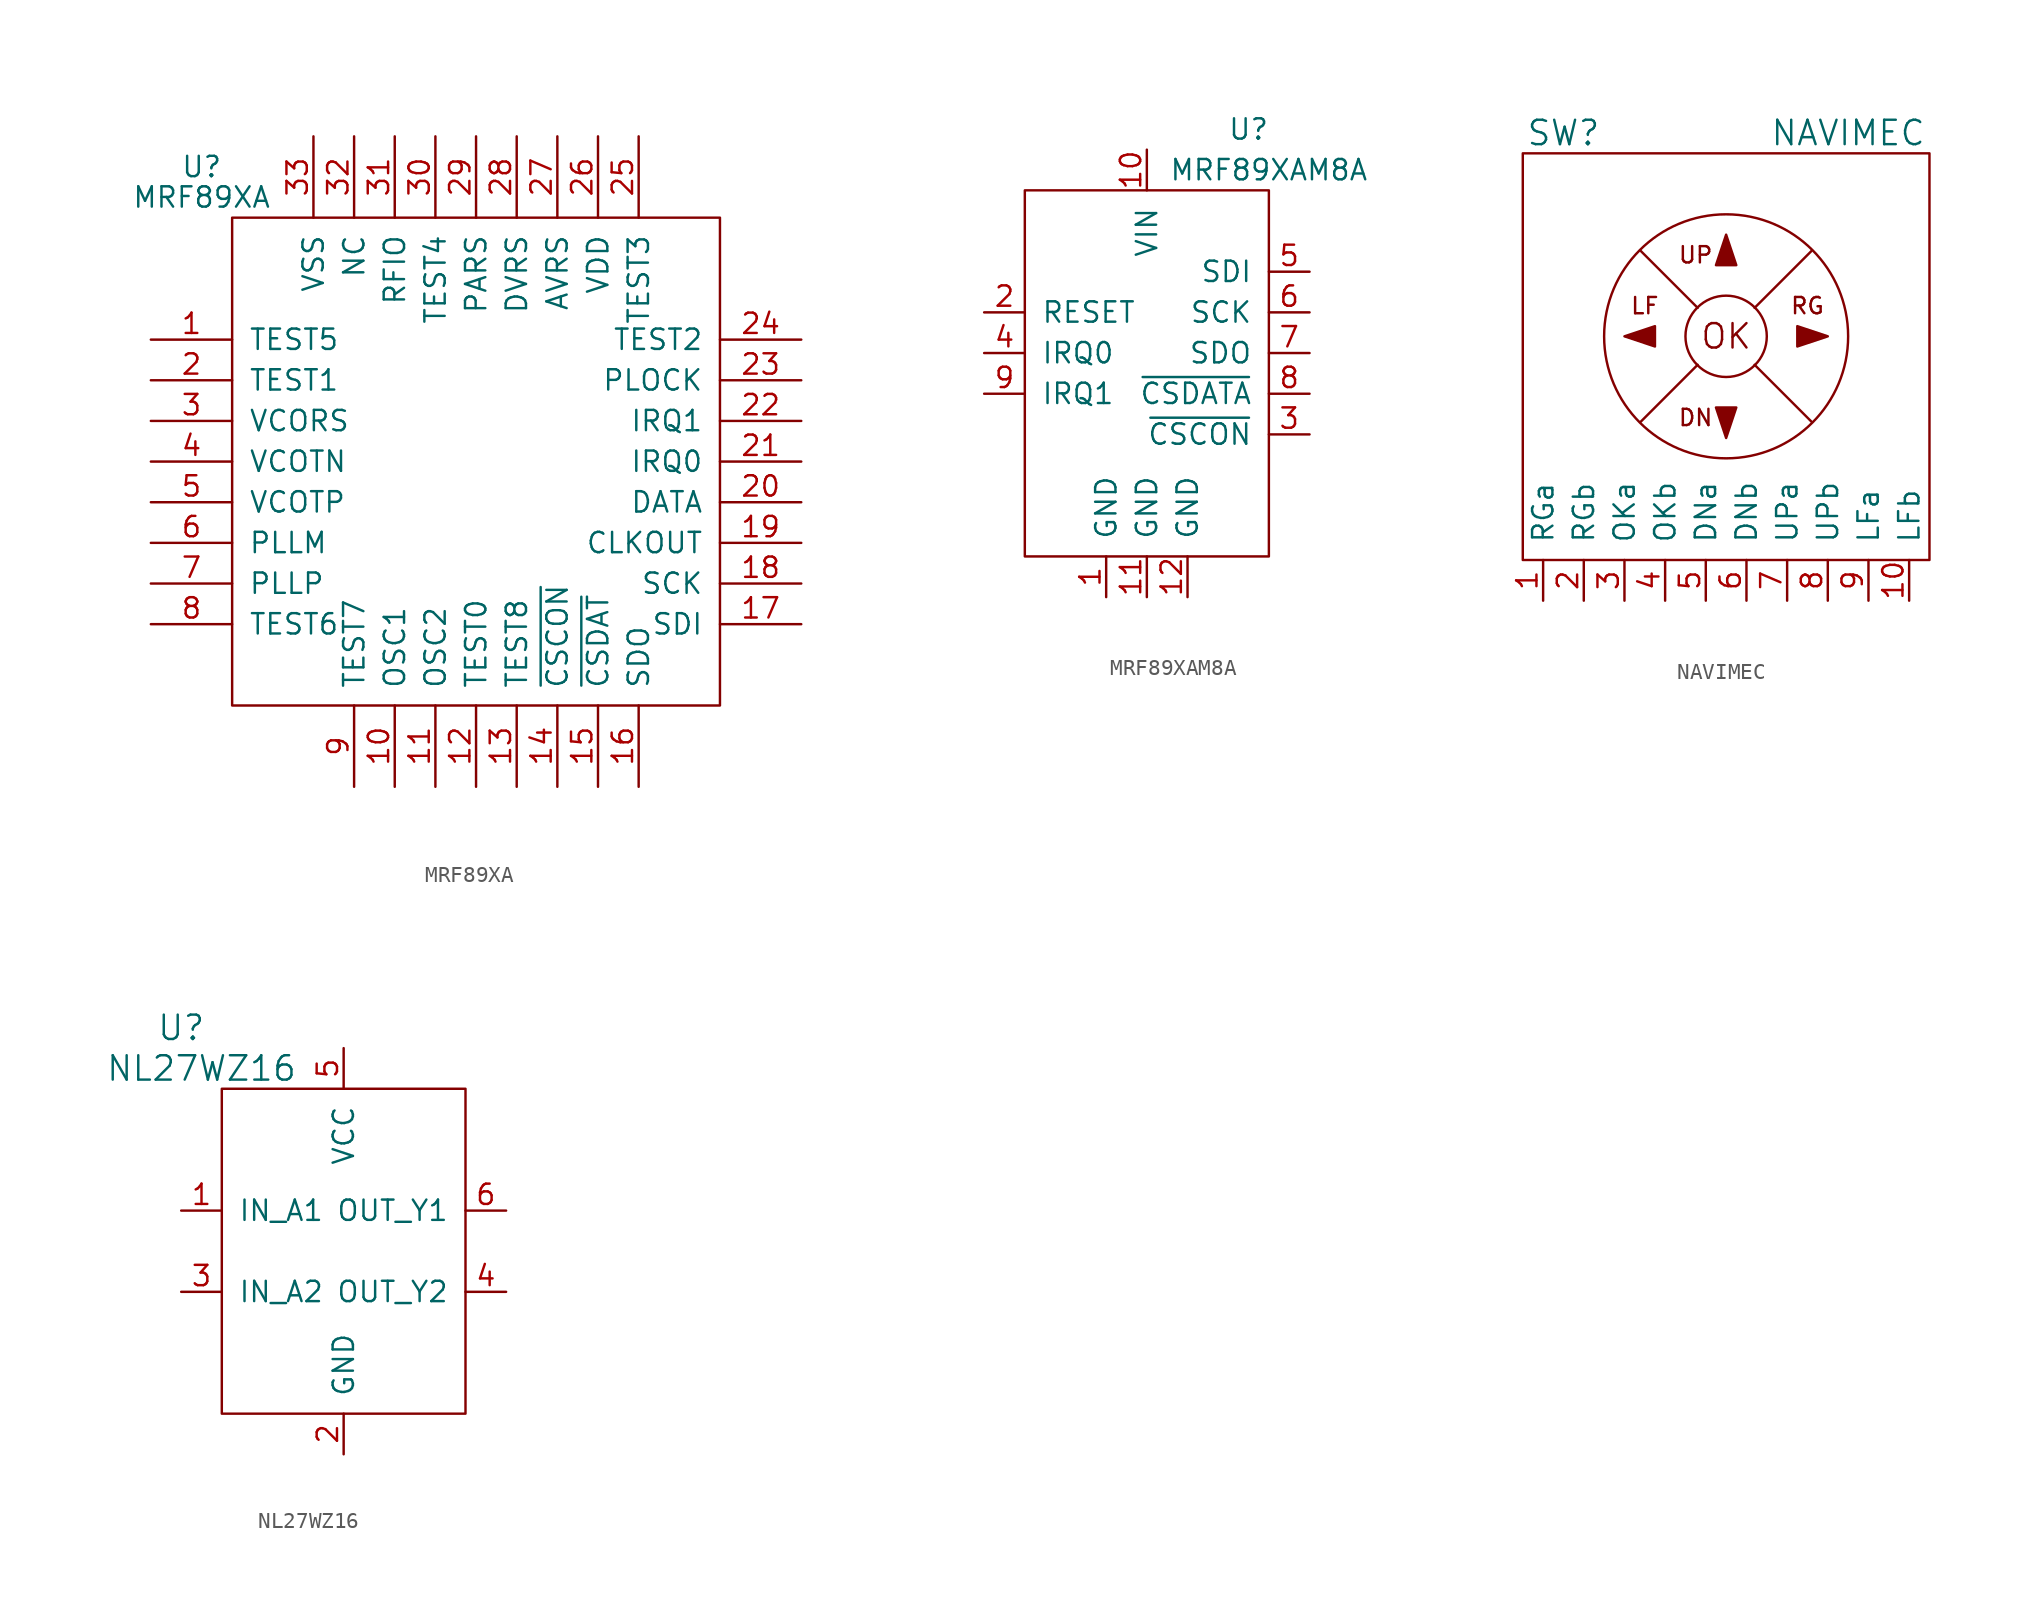
<source format=kicad_sym>
(kicad_symbol_lib
  (version 20211014)
  (generator kicad_symbol_editor)
  (symbol "MRF89XA"
    (pin_names
      (offset 1.016))
    (property "Reference" "U"
      (at -17.145 18.415 0)
      (effects (font (size 1.27 1.27))))
    (property "Value" "MRF89XA"
      (at -17.145 16.51 0)
      (effects (font (size 1.27 1.27))))
    (symbol "MRF89XA_0_1"
      (rectangle (start -15.24 15.24) (end 15.24 -15.24) (stroke (width 0) (type default) (color 0 0 0 0)) (fill (type none))))
    (symbol "MRF89XA_1_1"
      (pin passive line (at -20.32 7.62 0) (length 5.08) (name "TEST5" (effects (font (size 1.27 1.27)))) (number "1" (effects (font (size 1.27 1.27)))))
      (pin input line (at -5.08 -20.32 90) (length 5.08) (name "OSC1" (effects (font (size 1.27 1.27)))) (number "10" (effects (font (size 1.27 1.27)))))
      (pin output line (at -2.54 -20.32 90) (length 5.08) (name "OSC2" (effects (font (size 1.27 1.27)))) (number "11" (effects (font (size 1.27 1.27)))))
      (pin passive line (at 0 -20.32 90) (length 5.08) (name "TEST0" (effects (font (size 1.27 1.27)))) (number "12" (effects (font (size 1.27 1.27)))))
      (pin input line (at 2.54 -20.32 90) (length 5.08) (name "TEST8" (effects (font (size 1.27 1.27)))) (number "13" (effects (font (size 1.27 1.27)))))
      (pin input line (at 5.08 -20.32 90) (length 5.08) (name "~{CSCON}" (effects (font (size 1.27 1.27)))) (number "14" (effects (font (size 1.27 1.27)))))
      (pin input line (at 7.62 -20.32 90) (length 5.08) (name "~{CSDAT}" (effects (font (size 1.27 1.27)))) (number "15" (effects (font (size 1.27 1.27)))))
      (pin tri_state line (at 10.16 -20.32 90) (length 5.08) (name "SDO" (effects (font (size 1.27 1.27)))) (number "16" (effects (font (size 1.27 1.27)))))
      (pin input line (at 20.32 -10.16 180) (length 5.08) (name "SDI" (effects (font (size 1.27 1.27)))) (number "17" (effects (font (size 1.27 1.27)))))
      (pin input line (at 20.32 -7.62 180) (length 5.08) (name "SCK" (effects (font (size 1.27 1.27)))) (number "18" (effects (font (size 1.27 1.27)))))
      (pin output line (at 20.32 -5.08 180) (length 5.08) (name "CLKOUT" (effects (font (size 1.27 1.27)))) (number "19" (effects (font (size 1.27 1.27)))))
      (pin passive line (at -20.32 5.08 0) (length 5.08) (name "TEST1" (effects (font (size 1.27 1.27)))) (number "2" (effects (font (size 1.27 1.27)))))
      (pin bidirectional line (at 20.32 -2.54 180) (length 5.08) (name "DATA" (effects (font (size 1.27 1.27)))) (number "20" (effects (font (size 1.27 1.27)))))
      (pin output line (at 20.32 0 180) (length 5.08) (name "IRQ0" (effects (font (size 1.27 1.27)))) (number "21" (effects (font (size 1.27 1.27)))))
      (pin output line (at 20.32 2.54 180) (length 5.08) (name "IRQ1" (effects (font (size 1.27 1.27)))) (number "22" (effects (font (size 1.27 1.27)))))
      (pin output line (at 20.32 5.08 180) (length 5.08) (name "PLOCK" (effects (font (size 1.27 1.27)))) (number "23" (effects (font (size 1.27 1.27)))))
      (pin passive line (at 20.32 7.62 180) (length 5.08) (name "TEST2" (effects (font (size 1.27 1.27)))) (number "24" (effects (font (size 1.27 1.27)))))
      (pin passive line (at 10.16 20.32 270) (length 5.08) (name "TEST3" (effects (font (size 1.27 1.27)))) (number "25" (effects (font (size 1.27 1.27)))))
      (pin power_in line (at 7.62 20.32 270) (length 5.08) (name "VDD" (effects (font (size 1.27 1.27)))) (number "26" (effects (font (size 1.27 1.27)))))
      (pin output line (at 5.08 20.32 270) (length 5.08) (name "AVRS" (effects (font (size 1.27 1.27)))) (number "27" (effects (font (size 1.27 1.27)))))
      (pin output line (at 2.54 20.32 270) (length 5.08) (name "DVRS" (effects (font (size 1.27 1.27)))) (number "28" (effects (font (size 1.27 1.27)))))
      (pin output line (at 0 20.32 270) (length 5.08) (name "PARS" (effects (font (size 1.27 1.27)))) (number "29" (effects (font (size 1.27 1.27)))))
      (pin output line (at -20.32 2.54 0) (length 5.08) (name "VCORS" (effects (font (size 1.27 1.27)))) (number "3" (effects (font (size 1.27 1.27)))))
      (pin passive line (at -2.54 20.32 270) (length 5.08) (name "TEST4" (effects (font (size 1.27 1.27)))) (number "30" (effects (font (size 1.27 1.27)))))
      (pin bidirectional line (at -5.08 20.32 270) (length 5.08) (name "RFIO" (effects (font (size 1.27 1.27)))) (number "31" (effects (font (size 1.27 1.27)))))
      (pin passive line (at -7.62 20.32 270) (length 5.08) (name "NC" (effects (font (size 1.27 1.27)))) (number "32" (effects (font (size 1.27 1.27)))))
      (pin power_in line (at -10.16 20.32 270) (length 5.08) (name "VSS" (effects (font (size 1.27 1.27)))) (number "33" (effects (font (size 1.27 1.27)))))
      (pin bidirectional line (at -20.32 0 0) (length 5.08) (name "VCOTN" (effects (font (size 1.27 1.27)))) (number "4" (effects (font (size 1.27 1.27)))))
      (pin bidirectional line (at -20.32 -2.54 0) (length 5.08) (name "VCOTP" (effects (font (size 1.27 1.27)))) (number "5" (effects (font (size 1.27 1.27)))))
      (pin bidirectional line (at -20.32 -5.08 0) (length 5.08) (name "PLLM" (effects (font (size 1.27 1.27)))) (number "6" (effects (font (size 1.27 1.27)))))
      (pin bidirectional line (at -20.32 -7.62 0) (length 5.08) (name "PLLP" (effects (font (size 1.27 1.27)))) (number "7" (effects (font (size 1.27 1.27)))))
      (pin passive line (at -20.32 -10.16 0) (length 5.08) (name "TEST6" (effects (font (size 1.27 1.27)))) (number "8" (effects (font (size 1.27 1.27)))))
      (pin passive line (at -7.62 -20.32 90) (length 5.08) (name "TEST7" (effects (font (size 1.27 1.27)))) (number "9" (effects (font (size 1.27 1.27)))))))
  (symbol "MRF89XAM8A"
    (pin_names
      (offset 1.016))
    (property "Reference" "U"
      (at 6.35 13.97 0)
      (effects (font (size 1.27 1.27))))
    (property "Value" "MRF89XAM8A"
      (at 7.62 11.43 0)
      (effects (font (size 1.27 1.27))))
    (symbol "MRF89XAM8A_0_1"
      (rectangle (start 7.62 10.16) (end -7.62 -12.7) (stroke (width 0) (type default) (color 0 0 0 0)) (fill (type none))))
    (symbol "MRF89XAM8A_1_1"
      (pin power_in line (at -2.54 -15.24 90) (length 2.54) (name "GND" (effects (font (size 1.27 1.27)))) (number "1" (effects (font (size 1.27 1.27)))))
      (pin power_in line (at 0 12.7 270) (length 2.54) (name "VIN" (effects (font (size 1.27 1.27)))) (number "10" (effects (font (size 1.27 1.27)))))
      (pin power_in line (at 0 -15.24 90) (length 2.54) (name "GND" (effects (font (size 1.27 1.27)))) (number "11" (effects (font (size 1.27 1.27)))))
      (pin power_in line (at 2.54 -15.24 90) (length 2.54) (name "GND" (effects (font (size 1.27 1.27)))) (number "12" (effects (font (size 1.27 1.27)))))
      (pin input line (at -10.16 2.54 0) (length 2.54) (name "RESET" (effects (font (size 1.27 1.27)))) (number "2" (effects (font (size 1.27 1.27)))))
      (pin input line (at 10.16 -5.08 180) (length 2.54) (name "~{CSCON}" (effects (font (size 1.27 1.27)))) (number "3" (effects (font (size 1.27 1.27)))))
      (pin output line (at -10.16 0 0) (length 2.54) (name "IRQ0" (effects (font (size 1.27 1.27)))) (number "4" (effects (font (size 1.27 1.27)))))
      (pin input line (at 10.16 5.08 180) (length 2.54) (name "SDI" (effects (font (size 1.27 1.27)))) (number "5" (effects (font (size 1.27 1.27)))))
      (pin input line (at 10.16 2.54 180) (length 2.54) (name "SCK" (effects (font (size 1.27 1.27)))) (number "6" (effects (font (size 1.27 1.27)))))
      (pin tri_state line (at 10.16 0 180) (length 2.54) (name "SDO" (effects (font (size 1.27 1.27)))) (number "7" (effects (font (size 1.27 1.27)))))
      (pin input line (at 10.16 -2.54 180) (length 2.54) (name "~{CSDATA}" (effects (font (size 1.27 1.27)))) (number "8" (effects (font (size 1.27 1.27)))))
      (pin output line (at -10.16 -2.54 0) (length 2.54) (name "IRQ1" (effects (font (size 1.27 1.27)))) (number "9" (effects (font (size 1.27 1.27)))))))
  (symbol "NAVIMEC"
    (pin_names
      (offset 1.016))
    (property "Reference" "SW"
      (at -10.16 13.97 0)
      (effects (font (size 1.524 1.524))))
    (property "Value" "NAVIMEC"
      (at 7.62 13.97 0)
      (effects (font (size 1.524 1.524))))
    (property "Footprint" ""
      (at 0 0 0)
      (effects (font (size 1.524 1.524))))
    (property "Datasheet" ""
      (at 0 0 0)
      (effects (font (size 1.524 1.524))))
    (symbol "NAVIMEC_0_0"
      (polyline (pts (xy -1.778 -0.508) (xy -5.334 -4.064)) (stroke (width 0) (type default) (color 0 0 0 0)) (fill (type none)))
      (polyline (pts (xy -1.778 3.048) (xy -5.334 6.604)) (stroke (width 0) (type default) (color 0 0 0 0)) (fill (type none)))
      (polyline (pts (xy 1.778 -0.508) (xy 5.334 -4.064)) (stroke (width 0) (type default) (color 0 0 0 0)) (fill (type none)))
      (polyline (pts (xy 1.778 3.048) (xy 5.334 6.604)) (stroke (width 0) (type default) (color 0 0 0 0)) (fill (type none)))
      (polyline (pts (xy -6.35 1.27) (xy -4.445 1.905) (xy -4.445 0.635) (xy -6.35 1.27)) (stroke (width 0) (type default) (color 0 0 0 0)) (fill (type outline)))
      (polyline (pts (xy 0 -5.08) (xy -0.635 -3.175) (xy 0.635 -3.175) (xy 0 -5.08)) (stroke (width 0) (type default) (color 0 0 0 0)) (fill (type outline)))
      (polyline (pts (xy 0 7.62) (xy -0.635 5.715) (xy 0.635 5.715) (xy 0 7.62)) (stroke (width 0) (type default) (color 0 0 0 0)) (fill (type outline)))
      (polyline (pts (xy 6.35 1.27) (xy 4.445 1.905) (xy 4.445 0.635) (xy 6.35 1.27)) (stroke (width 0) (type default) (color 0 0 0 0)) (fill (type outline)))
      (circle (center 0 1.27) (radius 7.62) (stroke (width 0) (type default) (color 0 0 0 0)) (fill (type none)))
      (rectangle (start 12.7 12.7) (end -12.7 -12.7) (stroke (width 0) (type default) (color 0 0 0 0)) (fill (type none)))
      (text "DN" (at -1.905 -3.81 0) (effects (font (size 1.016 1.016))))
      (text "LF" (at -5.08 3.175 0) (effects (font (size 1.016 1.016))))
      (text "OK" (at 0 1.27 0) (effects (font (size 1.524 1.524))))
      (text "RG" (at 5.08 3.175 0) (effects (font (size 1.016 1.016))))
      (text "UP" (at -1.905 6.35 0) (effects (font (size 1.016 1.016)))))
    (symbol "NAVIMEC_0_1"
      (circle (center 0 1.27) (radius 2.54) (stroke (width 0) (type default) (color 0 0 0 0)) (fill (type none))))
    (symbol "NAVIMEC_1_1"
      (pin passive line (at -11.43 -15.24 90) (length 2.54) (name "RGa" (effects (font (size 1.27 1.27)))) (number "1" (effects (font (size 1.27 1.27)))))
      (pin passive line (at 11.43 -15.24 90) (length 2.54) (name "LFb" (effects (font (size 1.27 1.27)))) (number "10" (effects (font (size 1.27 1.27)))))
      (pin passive line (at -8.89 -15.24 90) (length 2.54) (name "RGb" (effects (font (size 1.27 1.27)))) (number "2" (effects (font (size 1.27 1.27)))))
      (pin passive line (at -6.35 -15.24 90) (length 2.54) (name "OKa" (effects (font (size 1.27 1.27)))) (number "3" (effects (font (size 1.27 1.27)))))
      (pin passive line (at -3.81 -15.24 90) (length 2.54) (name "OKb" (effects (font (size 1.27 1.27)))) (number "4" (effects (font (size 1.27 1.27)))))
      (pin passive line (at -1.27 -15.24 90) (length 2.54) (name "DNa" (effects (font (size 1.27 1.27)))) (number "5" (effects (font (size 1.27 1.27)))))
      (pin passive line (at 1.27 -15.24 90) (length 2.54) (name "DNb" (effects (font (size 1.27 1.27)))) (number "6" (effects (font (size 1.27 1.27)))))
      (pin passive line (at 3.81 -15.24 90) (length 2.54) (name "UPa" (effects (font (size 1.27 1.27)))) (number "7" (effects (font (size 1.27 1.27)))))
      (pin passive line (at 6.35 -15.24 90) (length 2.54) (name "UPb" (effects (font (size 1.27 1.27)))) (number "8" (effects (font (size 1.27 1.27)))))
      (pin passive line (at 8.89 -15.24 90) (length 2.54) (name "LFa" (effects (font (size 1.27 1.27)))) (number "9" (effects (font (size 1.27 1.27)))))))
  (symbol "NL27WZ16"
    (pin_names
      (offset 1.016))
    (property "Reference" "U"
      (at -10.16 13.97 0)
      (effects (font (size 1.524 1.524))))
    (property "Value" "NL27WZ16"
      (at -8.89 11.43 0)
      (effects (font (size 1.524 1.524))))
    (symbol "NL27WZ16_0_1"
      (rectangle (start 7.62 10.16) (end -7.62 -10.16) (stroke (width 0.152) (type default) (color 0 0 0 0)) (fill (type none))))
    (symbol "NL27WZ16_1_1"
      (pin input line (at -10.16 2.54 0) (length 2.54) (name "IN_A1" (effects (font (size 1.27 1.27)))) (number "1" (effects (font (size 1.27 1.27)))))
      (pin power_in line (at 0 -12.7 90) (length 2.54) (name "GND" (effects (font (size 1.27 1.27)))) (number "2" (effects (font (size 1.27 1.27)))))
      (pin input line (at -10.16 -2.54 0) (length 2.54) (name "IN_A2" (effects (font (size 1.27 1.27)))) (number "3" (effects (font (size 1.27 1.27)))))
      (pin output line (at 10.16 -2.54 180) (length 2.54) (name "OUT_Y2" (effects (font (size 1.27 1.27)))) (number "4" (effects (font (size 1.27 1.27)))))
      (pin power_in line (at 0 12.7 270) (length 2.54) (name "VCC" (effects (font (size 1.27 1.27)))) (number "5" (effects (font (size 1.27 1.27)))))
      (pin output line (at 10.16 2.54 180) (length 2.54) (name "OUT_Y1" (effects (font (size 1.27 1.27)))) (number "6" (effects (font (size 1.27 1.27))))))))
</source>
